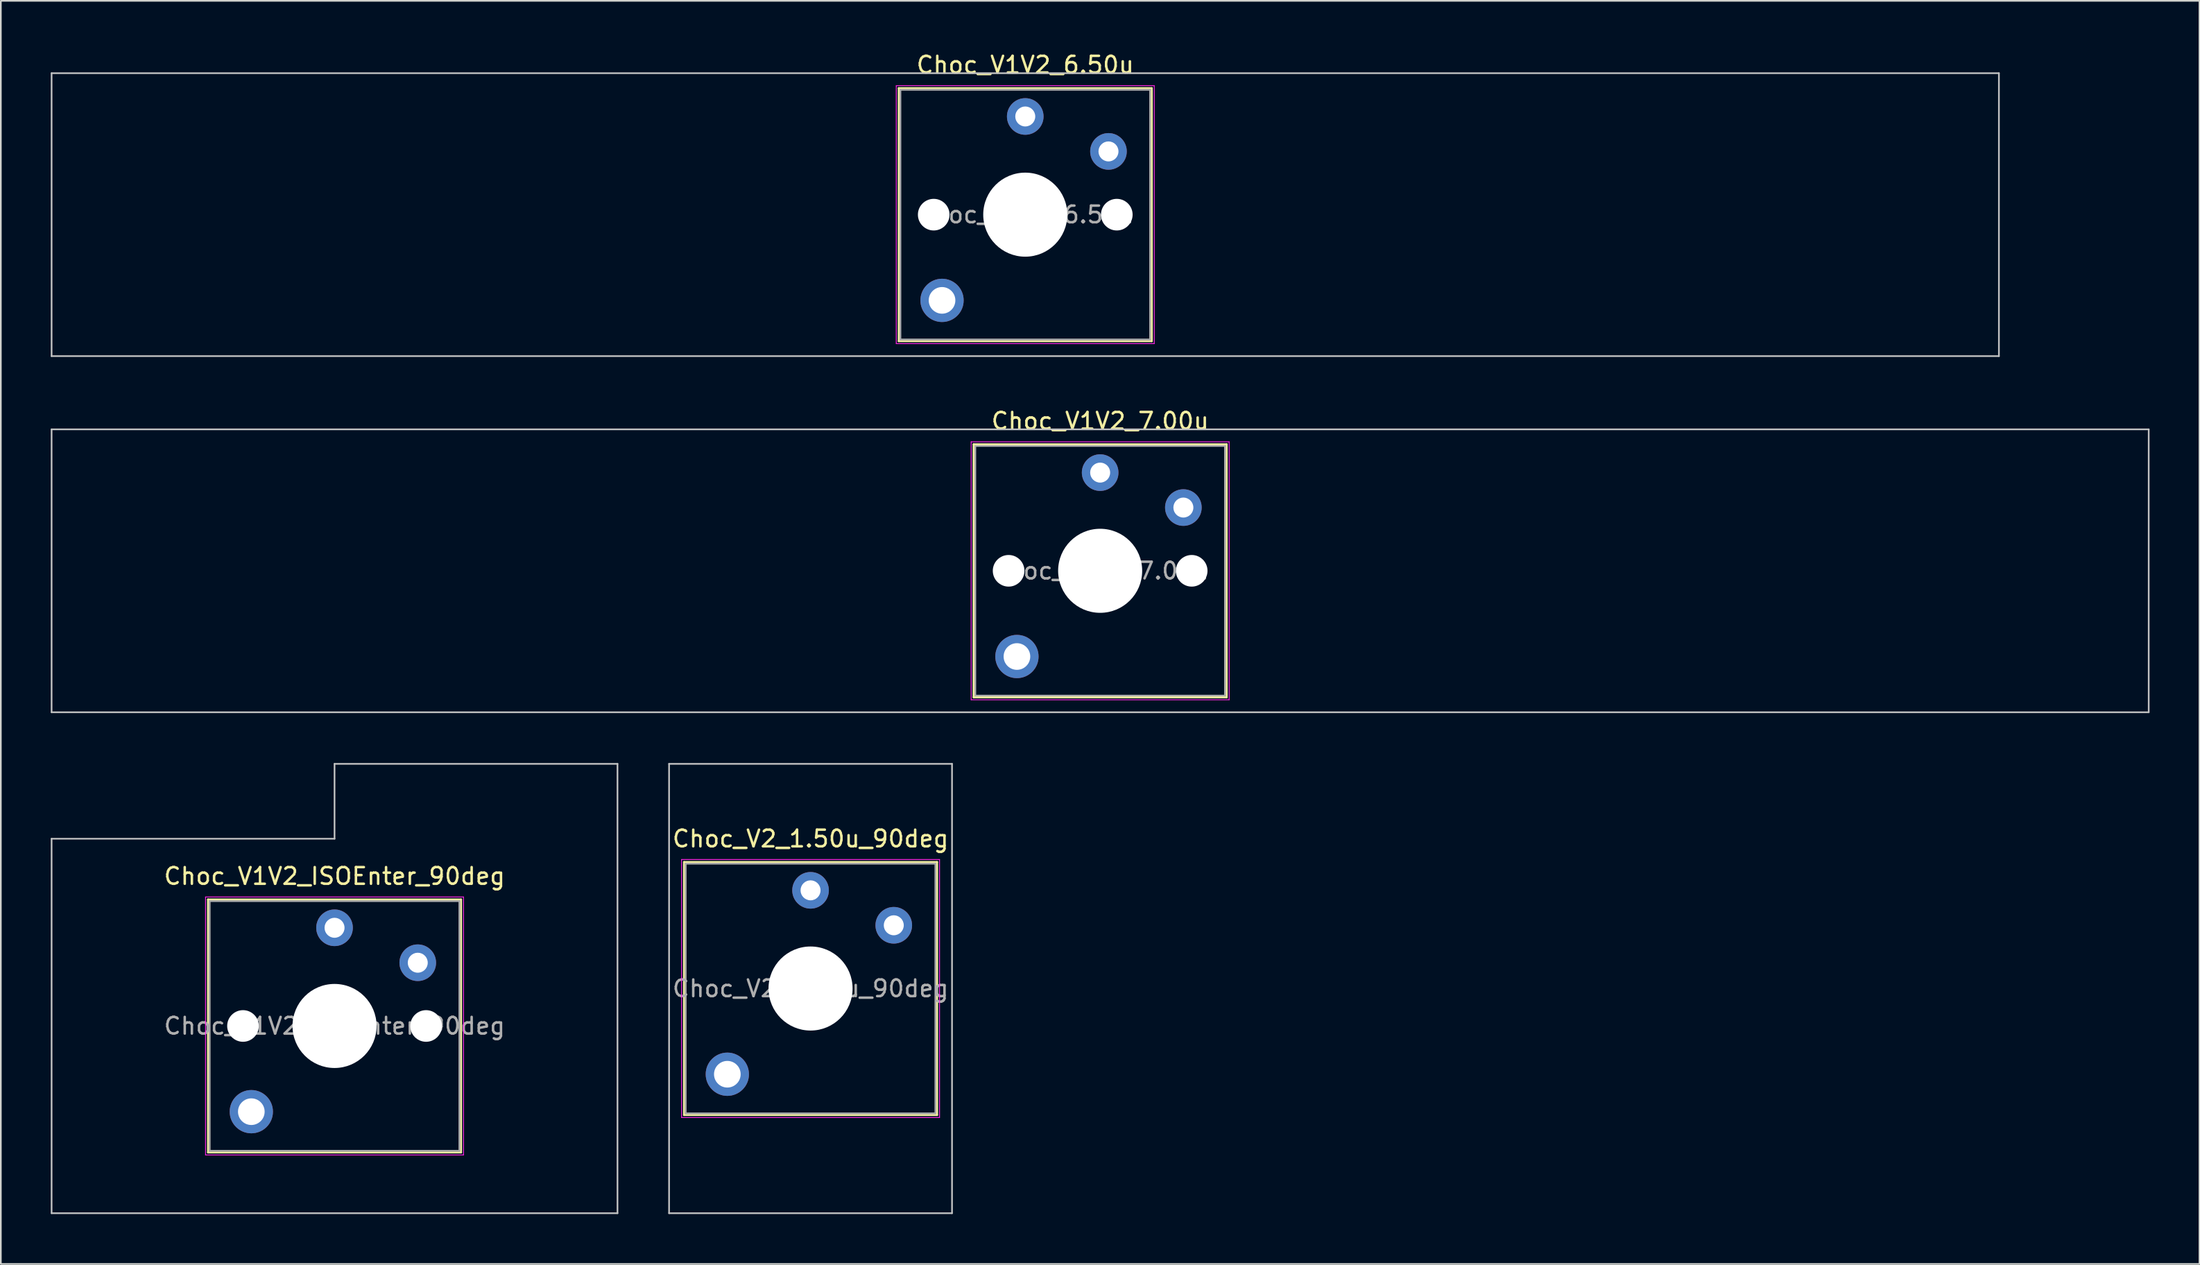
<source format=kicad_pcb>
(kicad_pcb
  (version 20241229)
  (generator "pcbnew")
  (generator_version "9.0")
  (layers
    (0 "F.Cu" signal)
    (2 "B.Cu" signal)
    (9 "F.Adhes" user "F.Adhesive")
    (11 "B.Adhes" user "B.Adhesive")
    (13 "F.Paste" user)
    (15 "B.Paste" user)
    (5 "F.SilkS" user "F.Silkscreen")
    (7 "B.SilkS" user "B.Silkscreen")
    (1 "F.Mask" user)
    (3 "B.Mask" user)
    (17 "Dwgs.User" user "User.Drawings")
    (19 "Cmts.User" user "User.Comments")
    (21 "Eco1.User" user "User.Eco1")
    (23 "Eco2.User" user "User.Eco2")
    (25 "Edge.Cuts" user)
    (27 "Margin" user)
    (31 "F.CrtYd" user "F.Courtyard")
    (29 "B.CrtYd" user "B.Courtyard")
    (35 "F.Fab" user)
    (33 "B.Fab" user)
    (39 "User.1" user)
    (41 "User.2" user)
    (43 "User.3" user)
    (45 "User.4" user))
  (footprint "Choc_V1V2_6.50u"
    (layer "F.Cu")
    (at 58.55 9.848)
    (property "Reference" "Choc_V1V2_6.50u" (at 0 -9 0) (layer "F.SilkS") (effects (font (size 1 1) (thickness 0.15))))
    (attr through_hole)
    (fp_line (start -7.6 -7.6) (end -7.6 7.6) (stroke (width 0.12) (type solid)) (layer "F.SilkS"))
    (fp_line (start -7.6 7.6) (end 7.6 7.6) (stroke (width 0.12) (type solid)) (layer "F.SilkS"))
    (fp_line (start 7.6 -7.6) (end -7.6 -7.6) (stroke (width 0.12) (type solid)) (layer "F.SilkS"))
    (fp_line (start 7.6 7.6) (end 7.6 -7.6) (stroke (width 0.12) (type solid)) (layer "F.SilkS"))
    (fp_line (start -58.5 -8.5) (end -58.5 8.5) (stroke (width 0.1) (type solid)) (layer "Dwgs.User"))
    (fp_line (start -58.5 8.5) (end 58.5 8.5) (stroke (width 0.1) (type solid)) (layer "Dwgs.User"))
    (fp_line (start 58.5 -8.5) (end -58.5 -8.5) (stroke (width 0.1) (type solid)) (layer "Dwgs.User"))
    (fp_line (start 58.5 8.5) (end 58.5 -8.5) (stroke (width 0.1) (type solid)) (layer "Dwgs.User"))
    (fp_line (start -7.25 -7.25) (end -7.25 7.25) (stroke (width 0.1) (type solid)) (layer "Eco1.User"))
    (fp_line (start -7.25 7.25) (end 7.25 7.25) (stroke (width 0.1) (type solid)) (layer "Eco1.User"))
    (fp_line (start 7.25 -7.25) (end -7.25 -7.25) (stroke (width 0.1) (type solid)) (layer "Eco1.User"))
    (fp_line (start 7.25 7.25) (end 7.25 -7.25) (stroke (width 0.1) (type solid)) (layer "Eco1.User"))
    (fp_line (start -7.75 -7.75) (end -7.75 7.75) (stroke (width 0.05) (type solid)) (layer "F.CrtYd"))
    (fp_line (start -7.75 7.75) (end 7.75 7.75) (stroke (width 0.05) (type solid)) (layer "F.CrtYd"))
    (fp_line (start 7.75 -7.75) (end -7.75 -7.75) (stroke (width 0.05) (type solid)) (layer "F.CrtYd"))
    (fp_line (start 7.75 7.75) (end 7.75 -7.75) (stroke (width 0.05) (type solid)) (layer "F.CrtYd"))
    (fp_line (start -7.5 -7.5) (end -7.5 7.5) (stroke (width 0.1) (type solid)) (layer "F.Fab"))
    (fp_line (start -7.5 7.5) (end 7.5 7.5) (stroke (width 0.1) (type solid)) (layer "F.Fab"))
    (fp_line (start 7.5 -7.5) (end -7.5 -7.5) (stroke (width 0.1) (type solid)) (layer "F.Fab"))
    (fp_line (start 7.5 7.5) (end 7.5 -7.5) (stroke (width 0.1) (type solid)) (layer "F.Fab"))
    (fp_text user "${REFERENCE}" (at 0 0 0) (layer "F.Fab") (effects (font (size 1 1) (thickness 0.15))))
    (pad "" np_thru_hole circle (at -5.5 0) (size 1.9 1.9) (drill 1.9) (layers "*.Cu" "*.Mask"))
    (pad "" thru_hole circle (at -5 5.15) (size 2.6 2.6) (drill 1.6) (layers "*.Cu" "*.Mask"))
    (pad "" np_thru_hole circle (at 0 0) (size 5.05 5.05) (drill 5.05) (layers "*.Cu" "*.Mask"))
    (pad "" np_thru_hole circle (at 5.5 0) (size 1.9 1.9) (drill 1.9) (layers "*.Cu" "*.Mask"))
    (pad "1" thru_hole circle (at 0 -5.9) (size 2.2 2.2) (drill 1.2) (layers "*.Cu" "*.Mask"))
    (pad "2" thru_hole circle (at 5 -3.8) (size 2.2 2.2) (drill 1.2) (layers "*.Cu" "*.Mask")))
  (footprint "Choc_V1V2_7.00u"
    (layer "F.Cu")
    (at 63.05 31.247)
    (property "Reference" "Choc_V1V2_7.00u" (at 0 -9 0) (layer "F.SilkS") (effects (font (size 1 1) (thickness 0.15))))
    (attr through_hole)
    (fp_line (start -7.6 -7.6) (end -7.6 7.6) (stroke (width 0.12) (type solid)) (layer "F.SilkS"))
    (fp_line (start -7.6 7.6) (end 7.6 7.6) (stroke (width 0.12) (type solid)) (layer "F.SilkS"))
    (fp_line (start 7.6 -7.6) (end -7.6 -7.6) (stroke (width 0.12) (type solid)) (layer "F.SilkS"))
    (fp_line (start 7.6 7.6) (end 7.6 -7.6) (stroke (width 0.12) (type solid)) (layer "F.SilkS"))
    (fp_line (start -63 -8.5) (end -63 8.5) (stroke (width 0.1) (type solid)) (layer "Dwgs.User"))
    (fp_line (start -63 8.5) (end 63 8.5) (stroke (width 0.1) (type solid)) (layer "Dwgs.User"))
    (fp_line (start 63 -8.5) (end -63 -8.5) (stroke (width 0.1) (type solid)) (layer "Dwgs.User"))
    (fp_line (start 63 8.5) (end 63 -8.5) (stroke (width 0.1) (type solid)) (layer "Dwgs.User"))
    (fp_line (start -7.25 -7.25) (end -7.25 7.25) (stroke (width 0.1) (type solid)) (layer "Eco1.User"))
    (fp_line (start -7.25 7.25) (end 7.25 7.25) (stroke (width 0.1) (type solid)) (layer "Eco1.User"))
    (fp_line (start 7.25 -7.25) (end -7.25 -7.25) (stroke (width 0.1) (type solid)) (layer "Eco1.User"))
    (fp_line (start 7.25 7.25) (end 7.25 -7.25) (stroke (width 0.1) (type solid)) (layer "Eco1.User"))
    (fp_line (start -7.75 -7.75) (end -7.75 7.75) (stroke (width 0.05) (type solid)) (layer "F.CrtYd"))
    (fp_line (start -7.75 7.75) (end 7.75 7.75) (stroke (width 0.05) (type solid)) (layer "F.CrtYd"))
    (fp_line (start 7.75 -7.75) (end -7.75 -7.75) (stroke (width 0.05) (type solid)) (layer "F.CrtYd"))
    (fp_line (start 7.75 7.75) (end 7.75 -7.75) (stroke (width 0.05) (type solid)) (layer "F.CrtYd"))
    (fp_line (start -7.5 -7.5) (end -7.5 7.5) (stroke (width 0.1) (type solid)) (layer "F.Fab"))
    (fp_line (start -7.5 7.5) (end 7.5 7.5) (stroke (width 0.1) (type solid)) (layer "F.Fab"))
    (fp_line (start 7.5 -7.5) (end -7.5 -7.5) (stroke (width 0.1) (type solid)) (layer "F.Fab"))
    (fp_line (start 7.5 7.5) (end 7.5 -7.5) (stroke (width 0.1) (type solid)) (layer "F.Fab"))
    (fp_text user "${REFERENCE}" (at 0 0 0) (layer "F.Fab") (effects (font (size 1 1) (thickness 0.15))))
    (pad "" np_thru_hole circle (at -5.5 0) (size 1.9 1.9) (drill 1.9) (layers "*.Cu" "*.Mask"))
    (pad "" thru_hole circle (at -5 5.15) (size 2.6 2.6) (drill 1.6) (layers "*.Cu" "*.Mask"))
    (pad "" np_thru_hole circle (at 0 0) (size 5.05 5.05) (drill 5.05) (layers "*.Cu" "*.Mask"))
    (pad "" np_thru_hole circle (at 5.5 0) (size 1.9 1.9) (drill 1.9) (layers "*.Cu" "*.Mask"))
    (pad "1" thru_hole circle (at 0 -5.9) (size 2.2 2.2) (drill 1.2) (layers "*.Cu" "*.Mask"))
    (pad "2" thru_hole circle (at 5 -3.8) (size 2.2 2.2) (drill 1.2) (layers "*.Cu" "*.Mask")))
  (footprint "Choc_V1V2_ISOEnter_90deg"
    (layer "F.Cu")
    (at 17.05 58.596)
    (property "Reference" "Choc_V1V2_ISOEnter_90deg" (at 0 -9 0) (layer "F.SilkS") (effects (font (size 1 1) (thickness 0.15))))
    (attr through_hole)
    (fp_line (start -7.6 -7.6) (end -7.6 7.6) (stroke (width 0.12) (type solid)) (layer "F.SilkS"))
    (fp_line (start -7.6 7.6) (end 7.6 7.6) (stroke (width 0.12) (type solid)) (layer "F.SilkS"))
    (fp_line (start 7.6 -7.6) (end -7.6 -7.6) (stroke (width 0.12) (type solid)) (layer "F.SilkS"))
    (fp_line (start 7.6 7.6) (end 7.6 -7.6) (stroke (width 0.12) (type solid)) (layer "F.SilkS"))
    (fp_line (start -17 -11.25) (end -17 11.25) (stroke (width 0.1) (type solid)) (layer "Dwgs.User"))
    (fp_line (start -17 11.25) (end 17 11.25) (stroke (width 0.1) (type solid)) (layer "Dwgs.User"))
    (fp_line (start 0 -15.75) (end 0 -11.25) (stroke (width 0.1) (type solid)) (layer "Dwgs.User"))
    (fp_line (start 0 -11.25) (end -17 -11.25) (stroke (width 0.1) (type solid)) (layer "Dwgs.User"))
    (fp_line (start 17 -15.75) (end 0 -15.75) (stroke (width 0.1) (type solid)) (layer "Dwgs.User"))
    (fp_line (start 17 11.25) (end 17 -15.75) (stroke (width 0.1) (type solid)) (layer "Dwgs.User"))
    (fp_line (start -7.25 -7.25) (end -7.25 7.25) (stroke (width 0.1) (type solid)) (layer "Eco1.User"))
    (fp_line (start -7.25 7.25) (end 7.25 7.25) (stroke (width 0.1) (type solid)) (layer "Eco1.User"))
    (fp_line (start 7.25 -7.25) (end -7.25 -7.25) (stroke (width 0.1) (type solid)) (layer "Eco1.User"))
    (fp_line (start 7.25 7.25) (end 7.25 -7.25) (stroke (width 0.1) (type solid)) (layer "Eco1.User"))
    (fp_line (start -7.75 -7.75) (end -7.75 7.75) (stroke (width 0.05) (type solid)) (layer "F.CrtYd"))
    (fp_line (start -7.75 7.75) (end 7.75 7.75) (stroke (width 0.05) (type solid)) (layer "F.CrtYd"))
    (fp_line (start 7.75 -7.75) (end -7.75 -7.75) (stroke (width 0.05) (type solid)) (layer "F.CrtYd"))
    (fp_line (start 7.75 7.75) (end 7.75 -7.75) (stroke (width 0.05) (type solid)) (layer "F.CrtYd"))
    (fp_line (start -7.5 -7.5) (end -7.5 7.5) (stroke (width 0.1) (type solid)) (layer "F.Fab"))
    (fp_line (start -7.5 7.5) (end 7.5 7.5) (stroke (width 0.1) (type solid)) (layer "F.Fab"))
    (fp_line (start 7.5 -7.5) (end -7.5 -7.5) (stroke (width 0.1) (type solid)) (layer "F.Fab"))
    (fp_line (start 7.5 7.5) (end 7.5 -7.5) (stroke (width 0.1) (type solid)) (layer "F.Fab"))
    (fp_text user "${REFERENCE}" (at 0 0 0) (layer "F.Fab") (effects (font (size 1 1) (thickness 0.15))))
    (pad "" np_thru_hole circle (at -5.5 0) (size 1.9 1.9) (drill 1.9) (layers "*.Cu" "*.Mask"))
    (pad "" thru_hole circle (at -5 5.15) (size 2.6 2.6) (drill 1.6) (layers "*.Cu" "*.Mask"))
    (pad "" np_thru_hole circle (at 0 0) (size 5.05 5.05) (drill 5.05) (layers "*.Cu" "*.Mask"))
    (pad "" np_thru_hole circle (at 5.5 0) (size 1.9 1.9) (drill 1.9) (layers "*.Cu" "*.Mask"))
    (pad "1" thru_hole circle (at 0 -5.9) (size 2.2 2.2) (drill 1.2) (layers "*.Cu" "*.Mask"))
    (pad "2" thru_hole circle (at 5 -3.8) (size 2.2 2.2) (drill 1.2) (layers "*.Cu" "*.Mask")))
  (footprint "Choc_V2_1.50u_90deg"
    (layer "F.Cu")
    (at 45.65 56.346)
    (property "Reference" "Choc_V2_1.50u_90deg" (at 0 -9 0) (layer "F.SilkS") (effects (font (size 1 1) (thickness 0.15))))
    (attr through_hole)
    (fp_line (start -7.6 -7.6) (end -7.6 7.6) (stroke (width 0.12) (type solid)) (layer "F.SilkS"))
    (fp_line (start -7.6 7.6) (end 7.6 7.6) (stroke (width 0.12) (type solid)) (layer "F.SilkS"))
    (fp_line (start 7.6 -7.6) (end -7.6 -7.6) (stroke (width 0.12) (type solid)) (layer "F.SilkS"))
    (fp_line (start 7.6 7.6) (end 7.6 -7.6) (stroke (width 0.12) (type solid)) (layer "F.SilkS"))
    (fp_line (start -8.5 -13.5) (end 8.5 -13.5) (stroke (width 0.1) (type solid)) (layer "Dwgs.User"))
    (fp_line (start -8.5 13.5) (end -8.5 -13.5) (stroke (width 0.1) (type solid)) (layer "Dwgs.User"))
    (fp_line (start 8.5 -13.5) (end 8.5 13.5) (stroke (width 0.1) (type solid)) (layer "Dwgs.User"))
    (fp_line (start 8.5 13.5) (end -8.5 13.5) (stroke (width 0.1) (type solid)) (layer "Dwgs.User"))
    (fp_line (start -7.25 -7.25) (end -7.25 7.25) (stroke (width 0.1) (type solid)) (layer "Eco1.User"))
    (fp_line (start -7.25 7.25) (end 7.25 7.25) (stroke (width 0.1) (type solid)) (layer "Eco1.User"))
    (fp_line (start 7.25 -7.25) (end -7.25 -7.25) (stroke (width 0.1) (type solid)) (layer "Eco1.User"))
    (fp_line (start 7.25 7.25) (end 7.25 -7.25) (stroke (width 0.1) (type solid)) (layer "Eco1.User"))
    (fp_line (start -7.75 -7.75) (end -7.75 7.75) (stroke (width 0.05) (type solid)) (layer "F.CrtYd"))
    (fp_line (start -7.75 7.75) (end 7.75 7.75) (stroke (width 0.05) (type solid)) (layer "F.CrtYd"))
    (fp_line (start 7.75 -7.75) (end -7.75 -7.75) (stroke (width 0.05) (type solid)) (layer "F.CrtYd"))
    (fp_line (start 7.75 7.75) (end 7.75 -7.75) (stroke (width 0.05) (type solid)) (layer "F.CrtYd"))
    (fp_line (start -7.5 -7.5) (end -7.5 7.5) (stroke (width 0.1) (type solid)) (layer "F.Fab"))
    (fp_line (start -7.5 7.5) (end 7.5 7.5) (stroke (width 0.1) (type solid)) (layer "F.Fab"))
    (fp_line (start 7.5 -7.5) (end -7.5 -7.5) (stroke (width 0.1) (type solid)) (layer "F.Fab"))
    (fp_line (start 7.5 7.5) (end 7.5 -7.5) (stroke (width 0.1) (type solid)) (layer "F.Fab"))
    (fp_text user "${REFERENCE}" (at 0 0 0) (layer "F.Fab") (effects (font (size 1 1) (thickness 0.15))))
    (pad "" thru_hole circle (at -5 5.15) (size 2.6 2.6) (drill 1.6) (layers "*.Cu" "*.Mask"))
    (pad "" np_thru_hole circle (at 0 0) (size 5.05 5.05) (drill 5.05) (layers "*.Cu" "*.Mask"))
    (pad "1" thru_hole circle (at 0 -5.9) (size 2.2 2.2) (drill 1.2) (layers "*.Cu" "*.Mask"))
    (pad "2" thru_hole circle (at 5 -3.8) (size 2.2 2.2) (drill 1.2) (layers "*.Cu" "*.Mask")))
  (gr_rect
    (start -3 -3)
    (end 129.1 72.897)
    (stroke (width 0.1) (type default))
    (fill no)
    (layer "Edge.Cuts")))
</source>
